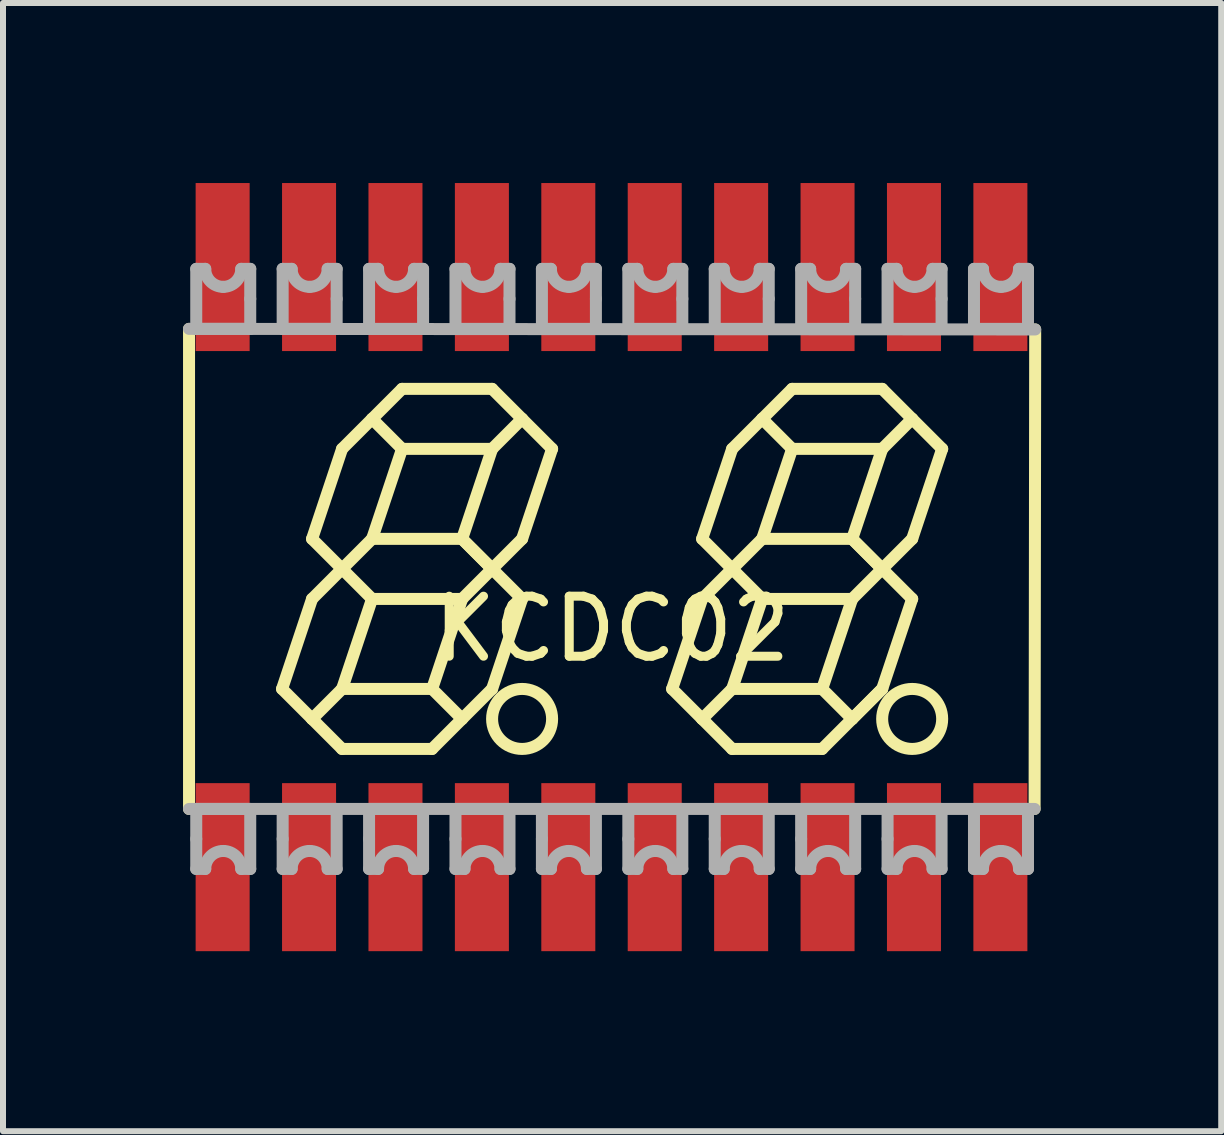
<source format=kicad_pcb>
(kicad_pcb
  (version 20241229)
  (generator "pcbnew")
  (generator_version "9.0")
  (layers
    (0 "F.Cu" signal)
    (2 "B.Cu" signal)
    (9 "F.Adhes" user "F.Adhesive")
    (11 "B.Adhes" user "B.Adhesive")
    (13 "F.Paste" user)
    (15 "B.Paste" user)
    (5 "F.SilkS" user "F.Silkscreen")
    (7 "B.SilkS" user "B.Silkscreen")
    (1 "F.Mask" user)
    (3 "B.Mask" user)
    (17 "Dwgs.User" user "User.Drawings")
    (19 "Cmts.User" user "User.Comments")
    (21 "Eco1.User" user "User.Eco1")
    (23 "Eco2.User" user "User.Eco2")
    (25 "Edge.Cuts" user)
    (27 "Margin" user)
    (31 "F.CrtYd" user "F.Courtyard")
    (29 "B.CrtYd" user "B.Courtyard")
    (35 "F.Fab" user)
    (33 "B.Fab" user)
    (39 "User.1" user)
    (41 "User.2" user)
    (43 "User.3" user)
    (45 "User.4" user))
  (footprint "KCDC02"
    (layer "F.Cu")
    (at 7.15 6.43)
    (property "Reference" "KCDC02" (at 0 1 0) (layer "F.SilkS") (effects (font (size 1 1) (thickness 0.15))))
    (attr through_hole)
    (fp_line (start -7.05 -4) (end -7.05 4) (stroke (width 0.2) (type solid)) (layer "F.SilkS"))
    (fp_line (start -5.5 2) (end -5 2.5) (stroke (width 0.2) (type solid)) (layer "F.SilkS"))
    (fp_line (start -5 -0.5) (end -4.5 0) (stroke (width 0.2) (type solid)) (layer "F.SilkS"))
    (fp_line (start -5 0.5) (end -5.5 2) (stroke (width 0.2) (type solid)) (layer "F.SilkS"))
    (fp_line (start -5 2.5) (end -4.5 2) (stroke (width 0.2) (type solid)) (layer "F.SilkS"))
    (fp_line (start -4.5 -2) (end -5 -0.5) (stroke (width 0.2) (type solid)) (layer "F.SilkS"))
    (fp_line (start -4.5 0) (end -5 0.5) (stroke (width 0.2) (type solid)) (layer "F.SilkS"))
    (fp_line (start -4.5 0) (end -4 -0.5) (stroke (width 0.2) (type solid)) (layer "F.SilkS"))
    (fp_line (start -4.5 2) (end -4 0.5) (stroke (width 0.2) (type solid)) (layer "F.SilkS"))
    (fp_line (start -4.5 2) (end -3 2) (stroke (width 0.2) (type solid)) (layer "F.SilkS"))
    (fp_line (start -4.5 3) (end -5 2.5) (stroke (width 0.2) (type solid)) (layer "F.SilkS"))
    (fp_line (start -4 -2.5) (end -4.5 -2) (stroke (width 0.2) (type solid)) (layer "F.SilkS"))
    (fp_line (start -4 -2.5) (end -3.5 -2) (stroke (width 0.2) (type solid)) (layer "F.SilkS"))
    (fp_line (start -4 -0.5) (end -3.5 -2) (stroke (width 0.2) (type solid)) (layer "F.SilkS"))
    (fp_line (start -4 -0.5) (end -2.5 -0.5) (stroke (width 0.2) (type solid)) (layer "F.SilkS"))
    (fp_line (start -4 0.5) (end -4.5 0) (stroke (width 0.2) (type solid)) (layer "F.SilkS"))
    (fp_line (start -3.5 -3) (end -4 -2.5) (stroke (width 0.2) (type solid)) (layer "F.SilkS"))
    (fp_line (start -3.5 -2) (end -2 -2) (stroke (width 0.2) (type solid)) (layer "F.SilkS"))
    (fp_line (start -3 2) (end -2.5 0.5) (stroke (width 0.2) (type solid)) (layer "F.SilkS"))
    (fp_line (start -3 3) (end -4.5 3) (stroke (width 0.2) (type solid)) (layer "F.SilkS"))
    (fp_line (start -2.5 -0.5) (end -2 -2) (stroke (width 0.2) (type solid)) (layer "F.SilkS"))
    (fp_line (start -2.5 -0.5) (end -2 0) (stroke (width 0.2) (type solid)) (layer "F.SilkS"))
    (fp_line (start -2.5 0.5) (end -4 0.5) (stroke (width 0.2) (type solid)) (layer "F.SilkS"))
    (fp_line (start -2.5 2.5) (end -3 2) (stroke (width 0.2) (type solid)) (layer "F.SilkS"))
    (fp_line (start -2.5 2.5) (end -3 3) (stroke (width 0.2) (type solid)) (layer "F.SilkS"))
    (fp_line (start -2 -3) (end -3.5 -3) (stroke (width 0.2) (type solid)) (layer "F.SilkS"))
    (fp_line (start -2 -2) (end -1.5 -2.5) (stroke (width 0.2) (type solid)) (layer "F.SilkS"))
    (fp_line (start -2 0) (end -2.5 -0.5) (stroke (width 0.2) (type solid)) (layer "F.SilkS"))
    (fp_line (start -2 0) (end -2.5 0.5) (stroke (width 0.2) (type solid)) (layer "F.SilkS"))
    (fp_line (start -2 0) (end -1.5 0.5) (stroke (width 0.2) (type solid)) (layer "F.SilkS"))
    (fp_line (start -2 2) (end -2.5 2.5) (stroke (width 0.2) (type solid)) (layer "F.SilkS"))
    (fp_line (start -1.5 -2.5) (end -2 -3) (stroke (width 0.2) (type solid)) (layer "F.SilkS"))
    (fp_line (start -1.5 -2.5) (end -1 -2) (stroke (width 0.2) (type solid)) (layer "F.SilkS"))
    (fp_line (start -1.5 -0.5) (end -2 0) (stroke (width 0.2) (type solid)) (layer "F.SilkS"))
    (fp_line (start -1.5 0.5) (end -2 2) (stroke (width 0.2) (type solid)) (layer "F.SilkS"))
    (fp_line (start -1 -2) (end -1.5 -0.5) (stroke (width 0.2) (type solid)) (layer "F.SilkS"))
    (fp_line (start 1 2) (end 1.5 2.5) (stroke (width 0.2) (type solid)) (layer "F.SilkS"))
    (fp_line (start 1.5 -0.5) (end 2 0) (stroke (width 0.2) (type solid)) (layer "F.SilkS"))
    (fp_line (start 1.5 0.5) (end 1 2) (stroke (width 0.2) (type solid)) (layer "F.SilkS"))
    (fp_line (start 1.5 2.5) (end 2 2) (stroke (width 0.2) (type solid)) (layer "F.SilkS"))
    (fp_line (start 2 -2) (end 1.5 -0.5) (stroke (width 0.2) (type solid)) (layer "F.SilkS"))
    (fp_line (start 2 0) (end 1.5 0.5) (stroke (width 0.2) (type solid)) (layer "F.SilkS"))
    (fp_line (start 2 0) (end 2.5 -0.5) (stroke (width 0.2) (type solid)) (layer "F.SilkS"))
    (fp_line (start 2 2) (end 2.5 0.5) (stroke (width 0.2) (type solid)) (layer "F.SilkS"))
    (fp_line (start 2 2) (end 3.5 2) (stroke (width 0.2) (type solid)) (layer "F.SilkS"))
    (fp_line (start 2 3) (end 1.5 2.5) (stroke (width 0.2) (type solid)) (layer "F.SilkS"))
    (fp_line (start 2.5 -2.5) (end 2 -2) (stroke (width 0.2) (type solid)) (layer "F.SilkS"))
    (fp_line (start 2.5 -2.5) (end 3 -2) (stroke (width 0.2) (type solid)) (layer "F.SilkS"))
    (fp_line (start 2.5 -0.5) (end 3 -2) (stroke (width 0.2) (type solid)) (layer "F.SilkS"))
    (fp_line (start 2.5 -0.5) (end 4 -0.5) (stroke (width 0.2) (type solid)) (layer "F.SilkS"))
    (fp_line (start 2.5 0.5) (end 2 0) (stroke (width 0.2) (type solid)) (layer "F.SilkS"))
    (fp_line (start 3 -3) (end 2.5 -2.5) (stroke (width 0.2) (type solid)) (layer "F.SilkS"))
    (fp_line (start 3 -2) (end 4.5 -2) (stroke (width 0.2) (type solid)) (layer "F.SilkS"))
    (fp_line (start 3.5 2) (end 4 0.5) (stroke (width 0.2) (type solid)) (layer "F.SilkS"))
    (fp_line (start 3.5 3) (end 2 3) (stroke (width 0.2) (type solid)) (layer "F.SilkS"))
    (fp_line (start 4 -0.5) (end 4.5 -2) (stroke (width 0.2) (type solid)) (layer "F.SilkS"))
    (fp_line (start 4 -0.5) (end 4.5 0) (stroke (width 0.2) (type solid)) (layer "F.SilkS"))
    (fp_line (start 4 0.5) (end 2.5 0.5) (stroke (width 0.2) (type solid)) (layer "F.SilkS"))
    (fp_line (start 4 2.5) (end 3.5 2) (stroke (width 0.2) (type solid)) (layer "F.SilkS"))
    (fp_line (start 4 2.5) (end 3.5 3) (stroke (width 0.2) (type solid)) (layer "F.SilkS"))
    (fp_line (start 4.5 -3) (end 3 -3) (stroke (width 0.2) (type solid)) (layer "F.SilkS"))
    (fp_line (start 4.5 -2) (end 5 -2.5) (stroke (width 0.2) (type solid)) (layer "F.SilkS"))
    (fp_line (start 4.5 0) (end 4 -0.5) (stroke (width 0.2) (type solid)) (layer "F.SilkS"))
    (fp_line (start 4.5 0) (end 4 0.5) (stroke (width 0.2) (type solid)) (layer "F.SilkS"))
    (fp_line (start 4.5 0) (end 5 0.5) (stroke (width 0.2) (type solid)) (layer "F.SilkS"))
    (fp_line (start 4.5 2) (end 4 2.5) (stroke (width 0.2) (type solid)) (layer "F.SilkS"))
    (fp_line (start 4.5 2) (end 4 2.5) (stroke (width 0.2) (type solid)) (layer "F.SilkS"))
    (fp_line (start 5 -2.5) (end 4.5 -3) (stroke (width 0.2) (type solid)) (layer "F.SilkS"))
    (fp_line (start 5 -2.5) (end 5.5 -2) (stroke (width 0.2) (type solid)) (layer "F.SilkS"))
    (fp_line (start 5 -0.5) (end 4.5 0) (stroke (width 0.2) (type solid)) (layer "F.SilkS"))
    (fp_line (start 5 0.5) (end 4.5 2) (stroke (width 0.2) (type solid)) (layer "F.SilkS"))
    (fp_line (start 5.5 -2) (end 5 -0.5) (stroke (width 0.2) (type solid)) (layer "F.SilkS"))
    (fp_line (start 7.04 4) (end 7.05 -3.99) (stroke (width 0.2) (type solid)) (layer "F.SilkS"))
    (fp_circle (center -1.5 2.5) (end -1 2.5) (stroke (width 0.2) (type solid)) (fill no) (layer "F.SilkS"))
    (fp_circle (center 5 2.5) (end 5.5 2.5) (stroke (width 0.2) (type solid)) (fill no) (layer "F.SilkS"))
    (fp_line (start -7.05 4) (end 7.04 4) (stroke (width 0.2) (type solid)) (layer "F.Fab"))
    (fp_line (start -6.93 -5) (end -6.93 -4) (stroke (width 0.2) (type solid)) (layer "F.Fab"))
    (fp_line (start -6.93 -5) (end -6.78 -5) (stroke (width 0.2) (type solid)) (layer "F.Fab"))
    (fp_line (start -6.93 -4) (end -6.03 -4) (stroke (width 0.2) (type solid)) (layer "F.Fab"))
    (fp_line (start -6.93 4.5) (end -6.93 4) (stroke (width 0.2) (type solid)) (layer "F.Fab"))
    (fp_line (start -6.93 4.5) (end -6.93 5) (stroke (width 0.2) (type solid)) (layer "F.Fab"))
    (fp_line (start -6.93 5) (end -6.78 5) (stroke (width 0.2) (type solid)) (layer "F.Fab"))
    (fp_line (start -6.03 -5) (end -6.18 -5) (stroke (width 0.2) (type solid)) (layer "F.Fab"))
    (fp_line (start -6.03 -4.5) (end -6.03 -5) (stroke (width 0.2) (type solid)) (layer "F.Fab"))
    (fp_line (start -6.03 -4.5) (end -6.03 -4) (stroke (width 0.2) (type solid)) (layer "F.Fab"))
    (fp_line (start -6.03 4) (end -6.93 4) (stroke (width 0.2) (type solid)) (layer "F.Fab"))
    (fp_line (start -6.03 5) (end -6.18 5) (stroke (width 0.2) (type solid)) (layer "F.Fab"))
    (fp_line (start -6.03 5) (end -6.03 4) (stroke (width 0.2) (type solid)) (layer "F.Fab"))
    (fp_line (start -5.49 -5) (end -5.49 -4) (stroke (width 0.2) (type solid)) (layer "F.Fab"))
    (fp_line (start -5.49 -5) (end -5.34 -5) (stroke (width 0.2) (type solid)) (layer "F.Fab"))
    (fp_line (start -5.49 -4) (end -4.59 -4) (stroke (width 0.2) (type solid)) (layer "F.Fab"))
    (fp_line (start -5.49 4.5) (end -5.49 4) (stroke (width 0.2) (type solid)) (layer "F.Fab"))
    (fp_line (start -5.49 4.5) (end -5.49 5) (stroke (width 0.2) (type solid)) (layer "F.Fab"))
    (fp_line (start -5.49 5) (end -5.34 5) (stroke (width 0.2) (type solid)) (layer "F.Fab"))
    (fp_line (start -4.59 -5) (end -4.74 -5) (stroke (width 0.2) (type solid)) (layer "F.Fab"))
    (fp_line (start -4.59 -4.5) (end -4.59 -5) (stroke (width 0.2) (type solid)) (layer "F.Fab"))
    (fp_line (start -4.59 -4.5) (end -4.59 -4) (stroke (width 0.2) (type solid)) (layer "F.Fab"))
    (fp_line (start -4.59 4) (end -5.49 4) (stroke (width 0.2) (type solid)) (layer "F.Fab"))
    (fp_line (start -4.59 5) (end -4.74 5) (stroke (width 0.2) (type solid)) (layer "F.Fab"))
    (fp_line (start -4.59 5) (end -4.59 4) (stroke (width 0.2) (type solid)) (layer "F.Fab"))
    (fp_line (start -4.05 -5) (end -4.05 -4) (stroke (width 0.2) (type solid)) (layer "F.Fab"))
    (fp_line (start -4.05 -5) (end -3.9 -5) (stroke (width 0.2) (type solid)) (layer "F.Fab"))
    (fp_line (start -4.05 -4) (end -3.15 -4) (stroke (width 0.2) (type solid)) (layer "F.Fab"))
    (fp_line (start -4.05 4.5) (end -4.05 4) (stroke (width 0.2) (type solid)) (layer "F.Fab"))
    (fp_line (start -4.05 4.5) (end -4.05 5) (stroke (width 0.2) (type solid)) (layer "F.Fab"))
    (fp_line (start -4.05 5) (end -3.9 5) (stroke (width 0.2) (type solid)) (layer "F.Fab"))
    (fp_line (start -3.15 -5) (end -3.3 -5) (stroke (width 0.2) (type solid)) (layer "F.Fab"))
    (fp_line (start -3.15 -4.5) (end -3.15 -5) (stroke (width 0.2) (type solid)) (layer "F.Fab"))
    (fp_line (start -3.15 -4.5) (end -3.15 -4) (stroke (width 0.2) (type solid)) (layer "F.Fab"))
    (fp_line (start -3.15 4) (end -4.05 4) (stroke (width 0.2) (type solid)) (layer "F.Fab"))
    (fp_line (start -3.15 5) (end -3.3 5) (stroke (width 0.2) (type solid)) (layer "F.Fab"))
    (fp_line (start -3.15 5) (end -3.15 4) (stroke (width 0.2) (type solid)) (layer "F.Fab"))
    (fp_line (start -2.61 -5) (end -2.61 -4) (stroke (width 0.2) (type solid)) (layer "F.Fab"))
    (fp_line (start -2.61 -5) (end -2.46 -5) (stroke (width 0.2) (type solid)) (layer "F.Fab"))
    (fp_line (start -2.61 -4) (end -1.71 -4) (stroke (width 0.2) (type solid)) (layer "F.Fab"))
    (fp_line (start -2.61 4.5) (end -2.61 4) (stroke (width 0.2) (type solid)) (layer "F.Fab"))
    (fp_line (start -2.61 4.5) (end -2.61 5) (stroke (width 0.2) (type solid)) (layer "F.Fab"))
    (fp_line (start -2.61 5) (end -2.46 5) (stroke (width 0.2) (type solid)) (layer "F.Fab"))
    (fp_line (start -1.71 -5) (end -1.86 -5) (stroke (width 0.2) (type solid)) (layer "F.Fab"))
    (fp_line (start -1.71 -4.5) (end -1.71 -5) (stroke (width 0.2) (type solid)) (layer "F.Fab"))
    (fp_line (start -1.71 -4.5) (end -1.71 -4) (stroke (width 0.2) (type solid)) (layer "F.Fab"))
    (fp_line (start -1.71 4) (end -2.61 4) (stroke (width 0.2) (type solid)) (layer "F.Fab"))
    (fp_line (start -1.71 5) (end -1.86 5) (stroke (width 0.2) (type solid)) (layer "F.Fab"))
    (fp_line (start -1.71 5) (end -1.71 4) (stroke (width 0.2) (type solid)) (layer "F.Fab"))
    (fp_line (start -1.17 -5) (end -1.17 -4) (stroke (width 0.2) (type solid)) (layer "F.Fab"))
    (fp_line (start -1.17 -5) (end -1.02 -5) (stroke (width 0.2) (type solid)) (layer "F.Fab"))
    (fp_line (start -1.17 -4) (end -0.27 -4) (stroke (width 0.2) (type solid)) (layer "F.Fab"))
    (fp_line (start -1.17 4.5) (end -1.17 4) (stroke (width 0.2) (type solid)) (layer "F.Fab"))
    (fp_line (start -1.17 4.5) (end -1.17 5) (stroke (width 0.2) (type solid)) (layer "F.Fab"))
    (fp_line (start -1.17 5) (end -1.02 5) (stroke (width 0.2) (type solid)) (layer "F.Fab"))
    (fp_line (start -0.27 -5) (end -0.42 -5) (stroke (width 0.2) (type solid)) (layer "F.Fab"))
    (fp_line (start -0.27 -4.5) (end -0.27 -5) (stroke (width 0.2) (type solid)) (layer "F.Fab"))
    (fp_line (start -0.27 -4.5) (end -0.27 -4) (stroke (width 0.2) (type solid)) (layer "F.Fab"))
    (fp_line (start -0.27 4) (end -1.17 4) (stroke (width 0.2) (type solid)) (layer "F.Fab"))
    (fp_line (start -0.27 5) (end -0.42 5) (stroke (width 0.2) (type solid)) (layer "F.Fab"))
    (fp_line (start -0.27 5) (end -0.27 4) (stroke (width 0.2) (type solid)) (layer "F.Fab"))
    (fp_line (start 0.27 -5) (end 0.27 -4) (stroke (width 0.2) (type solid)) (layer "F.Fab"))
    (fp_line (start 0.27 -5) (end 0.42 -5) (stroke (width 0.2) (type solid)) (layer "F.Fab"))
    (fp_line (start 0.27 -4) (end 1.17 -4) (stroke (width 0.2) (type solid)) (layer "F.Fab"))
    (fp_line (start 0.27 4.5) (end 0.27 4) (stroke (width 0.2) (type solid)) (layer "F.Fab"))
    (fp_line (start 0.27 4.5) (end 0.27 5) (stroke (width 0.2) (type solid)) (layer "F.Fab"))
    (fp_line (start 0.27 5) (end 0.42 5) (stroke (width 0.2) (type solid)) (layer "F.Fab"))
    (fp_line (start 1.17 -5) (end 1.02 -5) (stroke (width 0.2) (type solid)) (layer "F.Fab"))
    (fp_line (start 1.17 -4.5) (end 1.17 -5) (stroke (width 0.2) (type solid)) (layer "F.Fab"))
    (fp_line (start 1.17 -4.5) (end 1.17 -4) (stroke (width 0.2) (type solid)) (layer "F.Fab"))
    (fp_line (start 1.17 4) (end 0.27 4) (stroke (width 0.2) (type solid)) (layer "F.Fab"))
    (fp_line (start 1.17 5) (end 1.02 5) (stroke (width 0.2) (type solid)) (layer "F.Fab"))
    (fp_line (start 1.17 5) (end 1.17 4) (stroke (width 0.2) (type solid)) (layer "F.Fab"))
    (fp_line (start 1.71 -5) (end 1.71 -4) (stroke (width 0.2) (type solid)) (layer "F.Fab"))
    (fp_line (start 1.71 -5) (end 1.86 -5) (stroke (width 0.2) (type solid)) (layer "F.Fab"))
    (fp_line (start 1.71 -4) (end 2.61 -4) (stroke (width 0.2) (type solid)) (layer "F.Fab"))
    (fp_line (start 1.71 4.5) (end 1.71 4) (stroke (width 0.2) (type solid)) (layer "F.Fab"))
    (fp_line (start 1.71 4.5) (end 1.71 5) (stroke (width 0.2) (type solid)) (layer "F.Fab"))
    (fp_line (start 1.71 5) (end 1.86 5) (stroke (width 0.2) (type solid)) (layer "F.Fab"))
    (fp_line (start 2.61 -5) (end 2.46 -5) (stroke (width 0.2) (type solid)) (layer "F.Fab"))
    (fp_line (start 2.61 -4.5) (end 2.61 -5) (stroke (width 0.2) (type solid)) (layer "F.Fab"))
    (fp_line (start 2.61 -4.5) (end 2.61 -4) (stroke (width 0.2) (type solid)) (layer "F.Fab"))
    (fp_line (start 2.61 4) (end 1.71 4) (stroke (width 0.2) (type solid)) (layer "F.Fab"))
    (fp_line (start 2.61 5) (end 2.46 5) (stroke (width 0.2) (type solid)) (layer "F.Fab"))
    (fp_line (start 2.61 5) (end 2.61 4) (stroke (width 0.2) (type solid)) (layer "F.Fab"))
    (fp_line (start 3.15 -5) (end 3.15 -4) (stroke (width 0.2) (type solid)) (layer "F.Fab"))
    (fp_line (start 3.15 -5) (end 3.3 -5) (stroke (width 0.2) (type solid)) (layer "F.Fab"))
    (fp_line (start 3.15 -4) (end 4.05 -4) (stroke (width 0.2) (type solid)) (layer "F.Fab"))
    (fp_line (start 3.15 4.5) (end 3.15 4) (stroke (width 0.2) (type solid)) (layer "F.Fab"))
    (fp_line (start 3.15 4.5) (end 3.15 5) (stroke (width 0.2) (type solid)) (layer "F.Fab"))
    (fp_line (start 3.15 5) (end 3.3 5) (stroke (width 0.2) (type solid)) (layer "F.Fab"))
    (fp_line (start 4.05 -5) (end 3.9 -5) (stroke (width 0.2) (type solid)) (layer "F.Fab"))
    (fp_line (start 4.05 -4.5) (end 4.05 -5) (stroke (width 0.2) (type solid)) (layer "F.Fab"))
    (fp_line (start 4.05 -4.5) (end 4.05 -4) (stroke (width 0.2) (type solid)) (layer "F.Fab"))
    (fp_line (start 4.05 4) (end 3.15 4) (stroke (width 0.2) (type solid)) (layer "F.Fab"))
    (fp_line (start 4.05 5) (end 3.9 5) (stroke (width 0.2) (type solid)) (layer "F.Fab"))
    (fp_line (start 4.05 5) (end 4.05 4) (stroke (width 0.2) (type solid)) (layer "F.Fab"))
    (fp_line (start 4.59 -5) (end 4.59 -4) (stroke (width 0.2) (type solid)) (layer "F.Fab"))
    (fp_line (start 4.59 -5) (end 4.74 -5) (stroke (width 0.2) (type solid)) (layer "F.Fab"))
    (fp_line (start 4.59 -4) (end 5.49 -4) (stroke (width 0.2) (type solid)) (layer "F.Fab"))
    (fp_line (start 4.59 4.5) (end 4.59 4) (stroke (width 0.2) (type solid)) (layer "F.Fab"))
    (fp_line (start 4.59 4.5) (end 4.59 5) (stroke (width 0.2) (type solid)) (layer "F.Fab"))
    (fp_line (start 4.59 5) (end 4.74 5) (stroke (width 0.2) (type solid)) (layer "F.Fab"))
    (fp_line (start 5.49 -5) (end 5.34 -5) (stroke (width 0.2) (type solid)) (layer "F.Fab"))
    (fp_line (start 5.49 -4.5) (end 5.49 -5) (stroke (width 0.2) (type solid)) (layer "F.Fab"))
    (fp_line (start 5.49 -4.5) (end 5.49 -4) (stroke (width 0.2) (type solid)) (layer "F.Fab"))
    (fp_line (start 5.49 4) (end 4.59 4) (stroke (width 0.2) (type solid)) (layer "F.Fab"))
    (fp_line (start 5.49 5) (end 5.34 5) (stroke (width 0.2) (type solid)) (layer "F.Fab"))
    (fp_line (start 5.49 5) (end 5.49 4) (stroke (width 0.2) (type solid)) (layer "F.Fab"))
    (fp_line (start 6.03 -5) (end 6.03 -4) (stroke (width 0.2) (type solid)) (layer "F.Fab"))
    (fp_line (start 6.03 -5) (end 6.18 -5) (stroke (width 0.2) (type solid)) (layer "F.Fab"))
    (fp_line (start 6.03 -4) (end 6.93 -4) (stroke (width 0.2) (type solid)) (layer "F.Fab"))
    (fp_line (start 6.03 4.5) (end 6.03 4) (stroke (width 0.2) (type solid)) (layer "F.Fab"))
    (fp_line (start 6.03 4.5) (end 6.03 5) (stroke (width 0.2) (type solid)) (layer "F.Fab"))
    (fp_line (start 6.03 5) (end 6.18 5) (stroke (width 0.2) (type solid)) (layer "F.Fab"))
    (fp_line (start 6.93 -5) (end 6.78 -5) (stroke (width 0.2) (type solid)) (layer "F.Fab"))
    (fp_line (start 6.93 -4.5) (end 6.93 -5) (stroke (width 0.2) (type solid)) (layer "F.Fab"))
    (fp_line (start 6.93 -4.5) (end 6.93 -4) (stroke (width 0.2) (type solid)) (layer "F.Fab"))
    (fp_line (start 6.93 4) (end 6.03 4) (stroke (width 0.2) (type solid)) (layer "F.Fab"))
    (fp_line (start 6.93 5) (end 6.78 5) (stroke (width 0.2) (type solid)) (layer "F.Fab"))
    (fp_line (start 6.93 5) (end 6.93 4) (stroke (width 0.2) (type solid)) (layer "F.Fab"))
    (fp_line (start 7.05 -3.99) (end -7.05 -4) (stroke (width 0.2) (type solid)) (layer "F.Fab"))
    (fp_arc (start -6.78 5) (mid -6.692132 4.787868) (end -6.48 4.7) (stroke (width 0.2) (type solid)) (layer "F.Fab"))
    (fp_arc (start -6.48 -4.7) (mid -6.692132 -4.787868) (end -6.78 -5) (stroke (width 0.2) (type solid)) (layer "F.Fab"))
    (fp_arc (start -6.48 4.7) (mid -6.267868 4.787868) (end -6.18 5) (stroke (width 0.2) (type solid)) (layer "F.Fab"))
    (fp_arc (start -6.18 -5) (mid -6.267868 -4.787868) (end -6.48 -4.7) (stroke (width 0.2) (type solid)) (layer "F.Fab"))
    (fp_arc (start -5.34 5) (mid -5.252132 4.787868) (end -5.04 4.7) (stroke (width 0.2) (type solid)) (layer "F.Fab"))
    (fp_arc (start -5.04 -4.7) (mid -5.252132 -4.787868) (end -5.34 -5) (stroke (width 0.2) (type solid)) (layer "F.Fab"))
    (fp_arc (start -5.04 4.7) (mid -4.827868 4.787868) (end -4.74 5) (stroke (width 0.2) (type solid)) (layer "F.Fab"))
    (fp_arc (start -4.74 -5) (mid -4.827868 -4.787868) (end -5.04 -4.7) (stroke (width 0.2) (type solid)) (layer "F.Fab"))
    (fp_arc (start -3.9 5) (mid -3.812132 4.787868) (end -3.6 4.7) (stroke (width 0.2) (type solid)) (layer "F.Fab"))
    (fp_arc (start -3.6 -4.7) (mid -3.812132 -4.787868) (end -3.9 -5) (stroke (width 0.2) (type solid)) (layer "F.Fab"))
    (fp_arc (start -3.6 4.7) (mid -3.387868 4.787868) (end -3.3 5) (stroke (width 0.2) (type solid)) (layer "F.Fab"))
    (fp_arc (start -3.3 -5) (mid -3.387868 -4.787868) (end -3.6 -4.7) (stroke (width 0.2) (type solid)) (layer "F.Fab"))
    (fp_arc (start -2.46 5) (mid -2.372132 4.787868) (end -2.16 4.7) (stroke (width 0.2) (type solid)) (layer "F.Fab"))
    (fp_arc (start -2.16 -4.7) (mid -2.372132 -4.787868) (end -2.46 -5) (stroke (width 0.2) (type solid)) (layer "F.Fab"))
    (fp_arc (start -2.16 4.7) (mid -1.947868 4.787868) (end -1.86 5) (stroke (width 0.2) (type solid)) (layer "F.Fab"))
    (fp_arc (start -1.86 -5) (mid -1.947868 -4.787868) (end -2.16 -4.7) (stroke (width 0.2) (type solid)) (layer "F.Fab"))
    (fp_arc (start -1.02 5) (mid -0.932132 4.787868) (end -0.72 4.7) (stroke (width 0.2) (type solid)) (layer "F.Fab"))
    (fp_arc (start -0.72 -4.7) (mid -0.932132 -4.787868) (end -1.02 -5) (stroke (width 0.2) (type solid)) (layer "F.Fab"))
    (fp_arc (start -0.72 4.7) (mid -0.507868 4.787868) (end -0.42 5) (stroke (width 0.2) (type solid)) (layer "F.Fab"))
    (fp_arc (start -0.42 -5) (mid -0.507868 -4.787868) (end -0.72 -4.7) (stroke (width 0.2) (type solid)) (layer "F.Fab"))
    (fp_arc (start 0.42 5) (mid 0.507868 4.787868) (end 0.72 4.7) (stroke (width 0.2) (type solid)) (layer "F.Fab"))
    (fp_arc (start 0.72 -4.7) (mid 0.507868 -4.787868) (end 0.42 -5) (stroke (width 0.2) (type solid)) (layer "F.Fab"))
    (fp_arc (start 0.72 4.7) (mid 0.932132 4.787868) (end 1.02 5) (stroke (width 0.2) (type solid)) (layer "F.Fab"))
    (fp_arc (start 1.02 -5) (mid 0.932132 -4.787868) (end 0.72 -4.7) (stroke (width 0.2) (type solid)) (layer "F.Fab"))
    (fp_arc (start 1.86 5) (mid 1.947868 4.787868) (end 2.16 4.7) (stroke (width 0.2) (type solid)) (layer "F.Fab"))
    (fp_arc (start 2.16 -4.7) (mid 1.947868 -4.787868) (end 1.86 -5) (stroke (width 0.2) (type solid)) (layer "F.Fab"))
    (fp_arc (start 2.16 4.7) (mid 2.372132 4.787868) (end 2.46 5) (stroke (width 0.2) (type solid)) (layer "F.Fab"))
    (fp_arc (start 2.46 -5) (mid 2.372132 -4.787868) (end 2.16 -4.7) (stroke (width 0.2) (type solid)) (layer "F.Fab"))
    (fp_arc (start 3.3 5) (mid 3.387868 4.787868) (end 3.6 4.7) (stroke (width 0.2) (type solid)) (layer "F.Fab"))
    (fp_arc (start 3.6 -4.7) (mid 3.387868 -4.787868) (end 3.3 -5) (stroke (width 0.2) (type solid)) (layer "F.Fab"))
    (fp_arc (start 3.6 4.7) (mid 3.812132 4.787868) (end 3.9 5) (stroke (width 0.2) (type solid)) (layer "F.Fab"))
    (fp_arc (start 3.9 -5) (mid 3.812132 -4.787868) (end 3.6 -4.7) (stroke (width 0.2) (type solid)) (layer "F.Fab"))
    (fp_arc (start 4.74 5) (mid 4.827868 4.787868) (end 5.04 4.7) (stroke (width 0.2) (type solid)) (layer "F.Fab"))
    (fp_arc (start 5.04 -4.7) (mid 4.827868 -4.787868) (end 4.74 -5) (stroke (width 0.2) (type solid)) (layer "F.Fab"))
    (fp_arc (start 5.04 4.7) (mid 5.252132 4.787868) (end 5.34 5) (stroke (width 0.2) (type solid)) (layer "F.Fab"))
    (fp_arc (start 5.34 -5) (mid 5.252132 -4.787868) (end 5.04 -4.7) (stroke (width 0.2) (type solid)) (layer "F.Fab"))
    (fp_arc (start 6.18 5) (mid 6.267868 4.787868) (end 6.48 4.7) (stroke (width 0.2) (type solid)) (layer "F.Fab"))
    (fp_arc (start 6.48 -4.7) (mid 6.267868 -4.787868) (end 6.18 -5) (stroke (width 0.2) (type solid)) (layer "F.Fab"))
    (fp_arc (start 6.48 4.7) (mid 6.692132 4.787868) (end 6.78 5) (stroke (width 0.2) (type solid)) (layer "F.Fab"))
    (fp_arc (start 6.78 -5) (mid 6.692132 -4.787868) (end 6.48 -4.7) (stroke (width 0.2) (type solid)) (layer "F.Fab"))
    (pad "1" smd rect (at -6.49 4.97) (size 0.9 2.8) (layers "F.Cu" "F.Mask" "F.Paste"))
    (pad "2" smd rect (at -5.05 4.97) (size 0.9 2.8) (layers "F.Cu" "F.Mask" "F.Paste"))
    (pad "3" smd rect (at -3.61 4.97) (size 0.9 2.8) (layers "F.Cu" "F.Mask" "F.Paste"))
    (pad "4" smd rect (at -2.17 4.97) (size 0.9 2.8) (layers "F.Cu" "F.Mask" "F.Paste"))
    (pad "5" smd rect (at -0.73 4.97) (size 0.9 2.8) (layers "F.Cu" "F.Mask" "F.Paste"))
    (pad "6" smd rect (at 0.71 4.97) (size 0.9 2.8) (layers "F.Cu" "F.Mask" "F.Paste"))
    (pad "7" smd rect (at 2.15 4.97) (size 0.9 2.8) (layers "F.Cu" "F.Mask" "F.Paste"))
    (pad "8" smd rect (at 3.59 4.97) (size 0.9 2.8) (layers "F.Cu" "F.Mask" "F.Paste"))
    (pad "9" smd rect (at 5.03 4.97) (size 0.9 2.8) (layers "F.Cu" "F.Mask" "F.Paste"))
    (pad "10" smd rect (at 6.47 4.97) (size 0.9 2.8) (layers "F.Cu" "F.Mask" "F.Paste"))
    (pad "11" smd rect (at 6.47 -5.03) (size 0.9 2.8) (layers "F.Cu" "F.Mask" "F.Paste"))
    (pad "12" smd rect (at 5.03 -5.03) (size 0.9 2.8) (layers "F.Cu" "F.Mask" "F.Paste"))
    (pad "13" smd rect (at 3.59 -5.03) (size 0.9 2.8) (layers "F.Cu" "F.Mask" "F.Paste"))
    (pad "14" smd rect (at 2.15 -5.03) (size 0.9 2.8) (layers "F.Cu" "F.Mask" "F.Paste"))
    (pad "15" smd rect (at 0.71 -5.03) (size 0.9 2.8) (layers "F.Cu" "F.Mask" "F.Paste"))
    (pad "16" smd rect (at -0.73 -5.03) (size 0.9 2.8) (layers "F.Cu" "F.Mask" "F.Paste"))
    (pad "17" smd rect (at -2.17 -5.03) (size 0.9 2.8) (layers "F.Cu" "F.Mask" "F.Paste"))
    (pad "18" smd rect (at -3.61 -5.03) (size 0.9 2.8) (layers "F.Cu" "F.Mask" "F.Paste"))
    (pad "19" smd rect (at -5.05 -5.03) (size 0.9 2.8) (layers "F.Cu" "F.Mask" "F.Paste"))
    (pad "20" smd rect (at -6.49 -5.03) (size 0.9 2.8) (layers "F.Cu" "F.Mask" "F.Paste")))
  (gr_rect
    (start -3 -3)
    (end 17.3 15.8)
    (stroke (width 0.1) (type default))
    (fill no)
    (layer "Edge.Cuts")))
</source>
